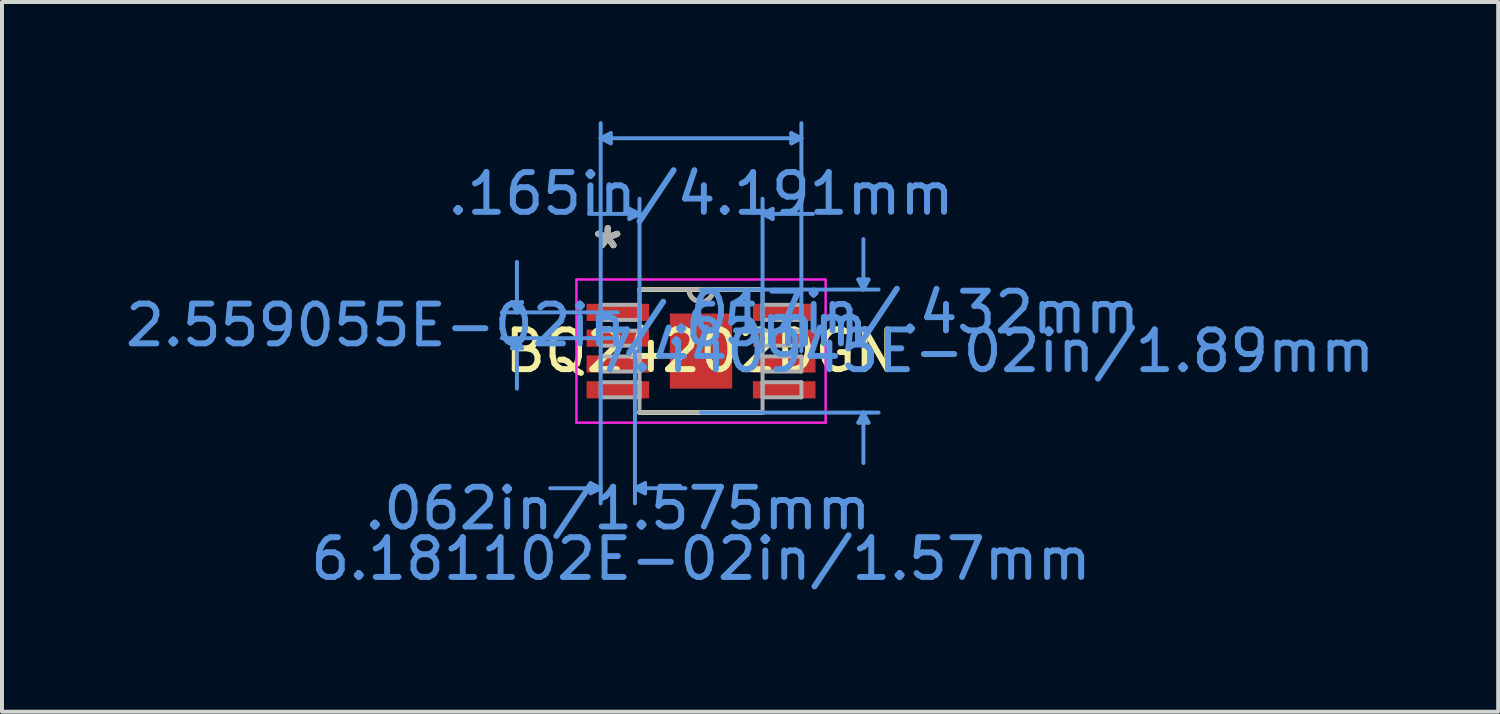
<source format=kicad_pcb>
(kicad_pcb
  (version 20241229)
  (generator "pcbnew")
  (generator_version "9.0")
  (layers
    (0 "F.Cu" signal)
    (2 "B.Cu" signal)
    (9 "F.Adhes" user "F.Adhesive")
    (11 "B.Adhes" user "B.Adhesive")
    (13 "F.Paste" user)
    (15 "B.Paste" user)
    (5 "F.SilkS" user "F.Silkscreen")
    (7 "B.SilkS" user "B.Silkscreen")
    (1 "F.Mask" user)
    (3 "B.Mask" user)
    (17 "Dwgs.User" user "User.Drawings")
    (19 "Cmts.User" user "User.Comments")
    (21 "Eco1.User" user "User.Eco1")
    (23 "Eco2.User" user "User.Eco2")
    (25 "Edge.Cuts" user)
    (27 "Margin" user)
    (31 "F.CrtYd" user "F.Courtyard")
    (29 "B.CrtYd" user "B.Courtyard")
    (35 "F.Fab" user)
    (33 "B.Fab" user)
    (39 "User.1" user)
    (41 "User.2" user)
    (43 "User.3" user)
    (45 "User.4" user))
  (footprint "BQ24202DGN"
    (layer "F.Cu")
    (at 14.602 5.79)
    (property "Reference" "BQ24202DGN" (at 0 0 0) (layer "F.SilkS") (effects (font (size 1 1) (thickness 0.15))))
    (attr through_hole)
    (fp_line (start -1.549 1.549) (end 1.549 1.549) (stroke (width 0.12) (type solid)) (layer "F.SilkS"))
    (fp_line (start 1.549 -1.549) (end -1.549 -1.549) (stroke (width 0.12) (type solid)) (layer "F.SilkS"))
    (fp_arc (start -0.138217 -1.27774) (mid -0.259838 -1.390066) (end -0.3048 -1.5494) (stroke (width 0.12) (type solid)) (layer "F.SilkS"))
    (fp_arc (start 0.3048 -1.5494) (mid 0.259838 -1.390066) (end 0.138217 -1.27774) (stroke (width 0.12) (type solid)) (layer "F.SilkS"))
    (fp_poly (pts (xy -0.785 -0.945) (xy -0.785 0.945) (xy 0.785 0.945) (xy 0.785 -0.945)) (stroke (width 0.1) (type solid)) (fill yes) (layer "F.Paste"))
    (fp_line (start -4.763 -1.229) (end -4.508 -1.229) (stroke (width 0.1) (type solid)) (layer "Cmts.User"))
    (fp_line (start -4.763 -0.071) (end -4.508 -0.071) (stroke (width 0.1) (type solid)) (layer "Cmts.User"))
    (fp_line (start -4.636 -0.975) (end -4.763 -1.229) (stroke (width 0.1) (type solid)) (layer "Cmts.User"))
    (fp_line (start -4.636 -0.975) (end -4.636 -2.245) (stroke (width 0.1) (type solid)) (layer "Cmts.User"))
    (fp_line (start -4.636 -0.975) (end -4.508 -1.229) (stroke (width 0.1) (type solid)) (layer "Cmts.User"))
    (fp_line (start -4.636 -0.325) (end -4.763 -0.071) (stroke (width 0.1) (type solid)) (layer "Cmts.User"))
    (fp_line (start -4.636 -0.325) (end -4.636 0.945) (stroke (width 0.1) (type solid)) (layer "Cmts.User"))
    (fp_line (start -4.636 -0.325) (end -4.508 -0.071) (stroke (width 0.1) (type solid)) (layer "Cmts.User"))
    (fp_line (start -2.781 3.327) (end -2.781 3.581) (stroke (width 0.1) (type solid)) (layer "Cmts.User"))
    (fp_line (start -2.527 -5.359) (end -2.273 -5.486) (stroke (width 0.1) (type solid)) (layer "Cmts.User"))
    (fp_line (start -2.527 -5.359) (end -2.273 -5.232) (stroke (width 0.1) (type solid)) (layer "Cmts.User"))
    (fp_line (start -2.527 -5.359) (end 2.527 -5.359) (stroke (width 0.1) (type solid)) (layer "Cmts.User"))
    (fp_line (start -2.527 0) (end -2.527 -5.74) (stroke (width 0.1) (type solid)) (layer "Cmts.User"))
    (fp_line (start -2.527 0) (end -2.527 3.835) (stroke (width 0.1) (type solid)) (layer "Cmts.User"))
    (fp_line (start -2.527 3.454) (end -3.797 3.454) (stroke (width 0.1) (type solid)) (layer "Cmts.User"))
    (fp_line (start -2.527 3.454) (end -2.781 3.327) (stroke (width 0.1) (type solid)) (layer "Cmts.User"))
    (fp_line (start -2.527 3.454) (end -2.781 3.581) (stroke (width 0.1) (type solid)) (layer "Cmts.User"))
    (fp_line (start -2.273 -5.486) (end -2.273 -5.232) (stroke (width 0.1) (type solid)) (layer "Cmts.User"))
    (fp_line (start -2.095 -0.975) (end -5.016 -0.975) (stroke (width 0.1) (type solid)) (layer "Cmts.User"))
    (fp_line (start -2.095 -0.325) (end -5.016 -0.325) (stroke (width 0.1) (type solid)) (layer "Cmts.User"))
    (fp_line (start -1.803 -3.581) (end -1.803 -3.327) (stroke (width 0.1) (type solid)) (layer "Cmts.User"))
    (fp_line (start -1.664 0) (end -1.664 3.835) (stroke (width 0.1) (type solid)) (layer "Cmts.User"))
    (fp_line (start -1.664 3.454) (end -1.41 3.327) (stroke (width 0.1) (type solid)) (layer "Cmts.User"))
    (fp_line (start -1.664 3.454) (end -1.41 3.581) (stroke (width 0.1) (type solid)) (layer "Cmts.User"))
    (fp_line (start -1.664 3.454) (end -0.394 3.454) (stroke (width 0.1) (type solid)) (layer "Cmts.User"))
    (fp_line (start -1.549 -3.454) (end -2.819 -3.454) (stroke (width 0.1) (type solid)) (layer "Cmts.User"))
    (fp_line (start -1.549 -3.454) (end -1.803 -3.581) (stroke (width 0.1) (type solid)) (layer "Cmts.User"))
    (fp_line (start -1.549 -3.454) (end -1.803 -3.327) (stroke (width 0.1) (type solid)) (layer "Cmts.User"))
    (fp_line (start -1.549 0) (end -1.549 -3.835) (stroke (width 0.1) (type solid)) (layer "Cmts.User"))
    (fp_line (start -1.41 3.327) (end -1.41 3.581) (stroke (width 0.1) (type solid)) (layer "Cmts.User"))
    (fp_line (start 0 -1.549) (end 4.47 -1.549) (stroke (width 0.1) (type solid)) (layer "Cmts.User"))
    (fp_line (start 0 1.549) (end 4.47 1.549) (stroke (width 0.1) (type solid)) (layer "Cmts.User"))
    (fp_line (start 1.549 -3.454) (end 1.803 -3.581) (stroke (width 0.1) (type solid)) (layer "Cmts.User"))
    (fp_line (start 1.549 -3.454) (end 1.803 -3.327) (stroke (width 0.1) (type solid)) (layer "Cmts.User"))
    (fp_line (start 1.549 -3.454) (end 2.819 -3.454) (stroke (width 0.1) (type solid)) (layer "Cmts.User"))
    (fp_line (start 1.549 0) (end 1.549 -3.835) (stroke (width 0.1) (type solid)) (layer "Cmts.User"))
    (fp_line (start 1.803 -3.581) (end 1.803 -3.327) (stroke (width 0.1) (type solid)) (layer "Cmts.User"))
    (fp_line (start 2.273 -5.486) (end 2.273 -5.232) (stroke (width 0.1) (type solid)) (layer "Cmts.User"))
    (fp_line (start 2.527 -5.359) (end 2.273 -5.486) (stroke (width 0.1) (type solid)) (layer "Cmts.User"))
    (fp_line (start 2.527 -5.359) (end 2.273 -5.232) (stroke (width 0.1) (type solid)) (layer "Cmts.User"))
    (fp_line (start 2.527 0) (end 2.527 -5.74) (stroke (width 0.1) (type solid)) (layer "Cmts.User"))
    (fp_line (start 3.962 -1.803) (end 4.216 -1.803) (stroke (width 0.1) (type solid)) (layer "Cmts.User"))
    (fp_line (start 3.962 1.803) (end 4.216 1.803) (stroke (width 0.1) (type solid)) (layer "Cmts.User"))
    (fp_line (start 4.089 -1.549) (end 3.962 -1.803) (stroke (width 0.1) (type solid)) (layer "Cmts.User"))
    (fp_line (start 4.089 -1.549) (end 4.089 -2.819) (stroke (width 0.1) (type solid)) (layer "Cmts.User"))
    (fp_line (start 4.089 -1.549) (end 4.216 -1.803) (stroke (width 0.1) (type solid)) (layer "Cmts.User"))
    (fp_line (start 4.089 1.549) (end 3.962 1.803) (stroke (width 0.1) (type solid)) (layer "Cmts.User"))
    (fp_line (start 4.089 1.549) (end 4.089 2.819) (stroke (width 0.1) (type solid)) (layer "Cmts.User"))
    (fp_line (start 4.089 1.549) (end 4.216 1.803) (stroke (width 0.1) (type solid)) (layer "Cmts.User"))
    (fp_line (start -3.137 -1.803) (end 3.137 -1.803) (stroke (width 0.05) (type solid)) (layer "F.CrtYd"))
    (fp_line (start -3.137 -1.803) (end 3.137 -1.803) (stroke (width 0.05) (type solid)) (layer "F.CrtYd"))
    (fp_line (start -3.137 1.803) (end -3.137 -1.803) (stroke (width 0.05) (type solid)) (layer "F.CrtYd"))
    (fp_line (start -3.137 1.803) (end -3.137 -1.803) (stroke (width 0.05) (type solid)) (layer "F.CrtYd"))
    (fp_line (start 3.137 -1.803) (end 3.137 1.803) (stroke (width 0.05) (type solid)) (layer "F.CrtYd"))
    (fp_line (start 3.137 -1.803) (end 3.137 1.803) (stroke (width 0.05) (type solid)) (layer "F.CrtYd"))
    (fp_line (start 3.137 1.803) (end -3.137 1.803) (stroke (width 0.05) (type solid)) (layer "F.CrtYd"))
    (fp_line (start 3.137 1.803) (end -3.137 1.803) (stroke (width 0.05) (type solid)) (layer "F.CrtYd"))
    (fp_line (start -2.527 -1.165) (end -2.527 -0.784) (stroke (width 0.1) (type solid)) (layer "F.Fab"))
    (fp_line (start -2.527 -0.784) (end -1.549 -0.784) (stroke (width 0.1) (type solid)) (layer "F.Fab"))
    (fp_line (start -2.527 -0.515) (end -2.527 -0.135) (stroke (width 0.1) (type solid)) (layer "F.Fab"))
    (fp_line (start -2.527 -0.135) (end -1.549 -0.135) (stroke (width 0.1) (type solid)) (layer "F.Fab"))
    (fp_line (start -2.527 0.135) (end -2.527 0.515) (stroke (width 0.1) (type solid)) (layer "F.Fab"))
    (fp_line (start -2.527 0.515) (end -1.549 0.515) (stroke (width 0.1) (type solid)) (layer "F.Fab"))
    (fp_line (start -2.527 0.784) (end -2.527 1.165) (stroke (width 0.1) (type solid)) (layer "F.Fab"))
    (fp_line (start -2.527 1.165) (end -1.549 1.165) (stroke (width 0.1) (type solid)) (layer "F.Fab"))
    (fp_line (start -1.549 -1.549) (end -1.549 1.549) (stroke (width 0.1) (type solid)) (layer "F.Fab"))
    (fp_line (start -1.549 -1.165) (end -2.527 -1.165) (stroke (width 0.1) (type solid)) (layer "F.Fab"))
    (fp_line (start -1.549 -0.784) (end -1.549 -1.165) (stroke (width 0.1) (type solid)) (layer "F.Fab"))
    (fp_line (start -1.549 -0.515) (end -2.527 -0.515) (stroke (width 0.1) (type solid)) (layer "F.Fab"))
    (fp_line (start -1.549 -0.135) (end -1.549 -0.515) (stroke (width 0.1) (type solid)) (layer "F.Fab"))
    (fp_line (start -1.549 0.135) (end -2.527 0.135) (stroke (width 0.1) (type solid)) (layer "F.Fab"))
    (fp_line (start -1.549 0.515) (end -1.549 0.135) (stroke (width 0.1) (type solid)) (layer "F.Fab"))
    (fp_line (start -1.549 0.784) (end -2.527 0.784) (stroke (width 0.1) (type solid)) (layer "F.Fab"))
    (fp_line (start -1.549 1.165) (end -1.549 0.784) (stroke (width 0.1) (type solid)) (layer "F.Fab"))
    (fp_line (start -1.549 1.549) (end 1.549 1.549) (stroke (width 0.1) (type solid)) (layer "F.Fab"))
    (fp_line (start 1.549 -1.549) (end -1.549 -1.549) (stroke (width 0.1) (type solid)) (layer "F.Fab"))
    (fp_line (start 1.549 -1.165) (end 1.549 -0.784) (stroke (width 0.1) (type solid)) (layer "F.Fab"))
    (fp_line (start 1.549 -0.784) (end 2.527 -0.784) (stroke (width 0.1) (type solid)) (layer "F.Fab"))
    (fp_line (start 1.549 -0.515) (end 1.549 -0.135) (stroke (width 0.1) (type solid)) (layer "F.Fab"))
    (fp_line (start 1.549 -0.135) (end 2.527 -0.135) (stroke (width 0.1) (type solid)) (layer "F.Fab"))
    (fp_line (start 1.549 0.135) (end 1.549 0.515) (stroke (width 0.1) (type solid)) (layer "F.Fab"))
    (fp_line (start 1.549 0.515) (end 2.527 0.515) (stroke (width 0.1) (type solid)) (layer "F.Fab"))
    (fp_line (start 1.549 0.784) (end 1.549 1.165) (stroke (width 0.1) (type solid)) (layer "F.Fab"))
    (fp_line (start 1.549 1.165) (end 2.527 1.165) (stroke (width 0.1) (type solid)) (layer "F.Fab"))
    (fp_line (start 1.549 1.549) (end 1.549 -1.549) (stroke (width 0.1) (type solid)) (layer "F.Fab"))
    (fp_line (start 2.527 -1.165) (end 1.549 -1.165) (stroke (width 0.1) (type solid)) (layer "F.Fab"))
    (fp_line (start 2.527 -0.784) (end 2.527 -1.165) (stroke (width 0.1) (type solid)) (layer "F.Fab"))
    (fp_line (start 2.527 -0.515) (end 1.549 -0.515) (stroke (width 0.1) (type solid)) (layer "F.Fab"))
    (fp_line (start 2.527 -0.135) (end 2.527 -0.515) (stroke (width 0.1) (type solid)) (layer "F.Fab"))
    (fp_line (start 2.527 0.135) (end 1.549 0.135) (stroke (width 0.1) (type solid)) (layer "F.Fab"))
    (fp_line (start 2.527 0.515) (end 2.527 0.135) (stroke (width 0.1) (type solid)) (layer "F.Fab"))
    (fp_line (start 2.527 0.784) (end 1.549 0.784) (stroke (width 0.1) (type solid)) (layer "F.Fab"))
    (fp_line (start 2.527 1.165) (end 2.527 0.784) (stroke (width 0.1) (type solid)) (layer "F.Fab"))
    (fp_arc (start 0.3048 -1.5494) (mid 0 -1.2446) (end -0.3048 -1.5494) (stroke (width 0.1) (type solid)) (layer "F.Fab"))
    (fp_text user "*" (at -2.349 -2.55 0) (layer "F.SilkS") (effects (font (size 1 1) (thickness 0.15))))
    (fp_text user "*" (at -2.349 -2.55 0) (layer "F.SilkS") (effects (font (size 1 1) (thickness 0.15))))
    (fp_text user "6.181102E-02in/1.57mm" (at 0 5.232 0) (layer "Cmts.User") (effects (font (size 1 1) (thickness 0.15))))
    (fp_text user "Copyright 2021 Accelerated Designs. All rights reserved." (at 0 0 0) (layer "Cmts.User") (effects (font (size 0.127 0.127) (thickness 0.002))))
    (fp_text user ".062in/1.575mm" (at -2.095 3.962 0) (layer "Cmts.User") (effects (font (size 1 1) (thickness 0.15))))
    (fp_text user ".017in/.432mm" (at 5.144 -0.975 0) (layer "Cmts.User") (effects (font (size 1 1) (thickness 0.15))))
    (fp_text user ".165in/4.191mm" (at 0 -3.962 0) (layer "Cmts.User") (effects (font (size 1 1) (thickness 0.15))))
    (fp_text user "2.559055E-02in/.65mm" (at -5.144 -0.65 0) (layer "Cmts.User") (effects (font (size 1 1) (thickness 0.15))))
    (fp_text user "7.440945E-02in/1.89mm" (at 7.137 0 0) (layer "Cmts.User") (effects (font (size 1 1) (thickness 0.15))))
    (fp_text user "*" (at -2.349 -2.55 0) (layer "F.Fab") (effects (font (size 1 1) (thickness 0.15))))
    (fp_text user "*" (at -2.349 -2.55 0) (layer "F.Fab") (effects (font (size 1 1) (thickness 0.15))))
    (pad "1" smd rect (at -2.095 -0.975) (size 1.575 0.432) (layers "F.Cu" "F.Mask" "F.Paste"))
    (pad "2" smd rect (at -2.095 -0.325) (size 1.575 0.432) (layers "F.Cu" "F.Mask" "F.Paste"))
    (pad "3" smd rect (at -2.095 0.325) (size 1.575 0.432) (layers "F.Cu" "F.Mask" "F.Paste"))
    (pad "4" smd rect (at -2.095 0.975) (size 1.575 0.432) (layers "F.Cu" "F.Mask" "F.Paste"))
    (pad "5" smd rect (at 2.095 0.975) (size 1.575 0.432) (layers "F.Cu" "F.Mask" "F.Paste"))
    (pad "6" smd rect (at 2.095 0.325) (size 1.575 0.432) (layers "F.Cu" "F.Mask" "F.Paste"))
    (pad "7" smd rect (at 2.095 -0.325) (size 1.575 0.432) (layers "F.Cu" "F.Mask" "F.Paste"))
    (pad "8" smd rect (at 2.095 -0.975) (size 1.575 0.432) (layers "F.Cu" "F.Mask" "F.Paste"))
    (pad "EPAD" smd rect (at 0 0) (size 1.57 1.89) (layers "F.Cu" "F.Mask" "F.Paste")))
  (gr_rect
    (start -3 -3)
    (end 34.674 14.871)
    (stroke (width 0.1) (type default))
    (fill no)
    (layer "Edge.Cuts")))
</source>
